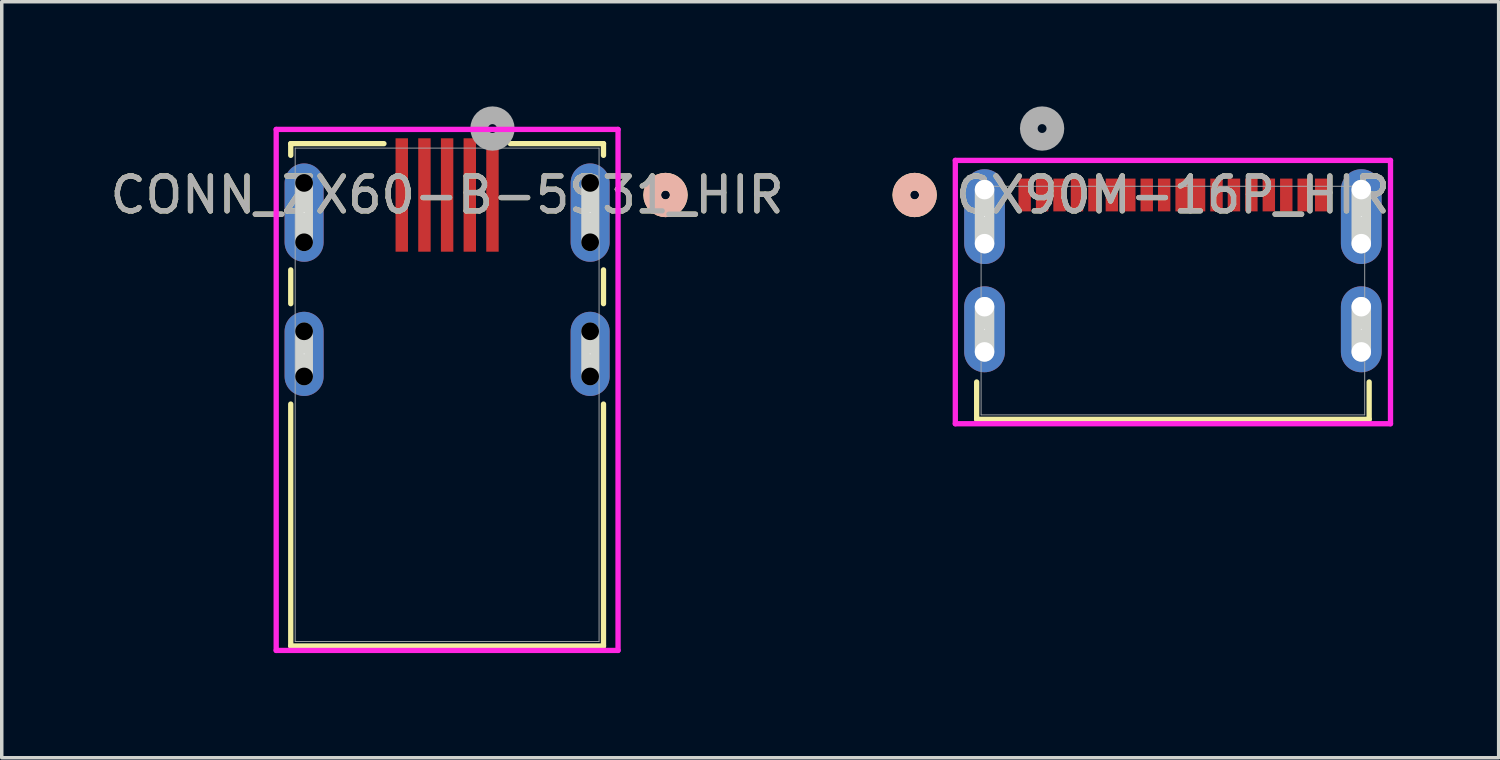
<source format=kicad_pcb>
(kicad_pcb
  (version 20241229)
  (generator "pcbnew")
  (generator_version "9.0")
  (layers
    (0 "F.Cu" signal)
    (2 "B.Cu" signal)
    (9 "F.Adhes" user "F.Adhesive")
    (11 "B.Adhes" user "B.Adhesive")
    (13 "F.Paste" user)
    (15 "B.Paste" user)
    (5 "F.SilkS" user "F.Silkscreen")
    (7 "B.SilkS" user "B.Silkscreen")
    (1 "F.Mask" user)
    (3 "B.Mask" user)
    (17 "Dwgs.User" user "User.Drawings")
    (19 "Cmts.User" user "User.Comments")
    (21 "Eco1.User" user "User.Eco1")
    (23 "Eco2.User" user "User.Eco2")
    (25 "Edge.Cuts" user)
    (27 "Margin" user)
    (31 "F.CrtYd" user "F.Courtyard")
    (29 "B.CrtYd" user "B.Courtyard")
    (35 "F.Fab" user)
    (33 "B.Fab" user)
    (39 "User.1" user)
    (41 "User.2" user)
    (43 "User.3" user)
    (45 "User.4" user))
  (footprint "CONN_ZX60-B-5S31_HIR"
    (layer "F.Cu")
    (at 9.768 8.269)
    (property "Reference" "CONN_ZX60-B-5S31_HIR" (at 0 -5.729 0) (unlocked yes) (layer "F.SilkS") (effects (font (size 1 1) (thickness 0.15))))
    (attr smd)
    (fp_line (start -4.483 -7.201) (end -4.483 -6.866) (stroke (width 0.152) (type solid)) (layer "F.SilkS"))
    (fp_line (start -4.483 -3.582) (end -4.483 -2.613) (stroke (width 0.152) (type solid)) (layer "F.SilkS"))
    (fp_line (start -4.483 0.265) (end -4.483 7.201) (stroke (width 0.152) (type solid)) (layer "F.SilkS"))
    (fp_line (start -4.483 7.201) (end 4.483 7.201) (stroke (width 0.152) (type solid)) (layer "F.SilkS"))
    (fp_line (start -1.811 -7.201) (end -4.483 -7.201) (stroke (width 0.152) (type solid)) (layer "F.SilkS"))
    (fp_line (start 4.483 -7.201) (end 1.811 -7.201) (stroke (width 0.152) (type solid)) (layer "F.SilkS"))
    (fp_line (start 4.483 -6.866) (end 4.483 -7.201) (stroke (width 0.152) (type solid)) (layer "F.SilkS"))
    (fp_line (start 4.483 -2.613) (end 4.483 -3.582) (stroke (width 0.152) (type solid)) (layer "F.SilkS"))
    (fp_line (start 4.483 7.201) (end 4.483 0.265) (stroke (width 0.152) (type solid)) (layer "F.SilkS"))
    (fp_circle (center 6.261 -5.729) (end 6.642 -5.729) (stroke (width 0.508) (type solid)) (fill no) (layer "F.SilkS"))
    (fp_circle (center 6.261 -5.729) (end 6.642 -5.729) (stroke (width 0.508) (type solid)) (fill no) (layer "B.SilkS"))
    (fp_line (start -4.1 -4.373) (end -4.1 -6.075) (stroke (width 0.508) (type solid)) (layer "Edge.Cuts"))
    (fp_line (start -4.1 -0.526) (end -4.1 -1.822) (stroke (width 0.508) (type solid)) (layer "Edge.Cuts"))
    (fp_line (start 4.1 -4.373) (end 4.1 -6.075) (stroke (width 0.508) (type solid)) (layer "Edge.Cuts"))
    (fp_line (start 4.1 -0.526) (end 4.1 -1.822) (stroke (width 0.508) (type solid)) (layer "Edge.Cuts"))
    (fp_line (start -4.9 -7.609) (end -4.9 7.328) (stroke (width 0.152) (type solid)) (layer "F.CrtYd"))
    (fp_line (start -4.9 7.328) (end 4.9 7.328) (stroke (width 0.152) (type solid)) (layer "F.CrtYd"))
    (fp_line (start 4.9 -7.609) (end -4.9 -7.609) (stroke (width 0.152) (type solid)) (layer "F.CrtYd"))
    (fp_line (start 4.9 7.328) (end 4.9 -7.609) (stroke (width 0.152) (type solid)) (layer "F.CrtYd"))
    (fp_line (start -4.356 -7.074) (end -4.356 7.074) (stroke (width 0.025) (type solid)) (layer "F.Fab"))
    (fp_line (start -4.356 7.074) (end 4.356 7.074) (stroke (width 0.025) (type solid)) (layer "F.Fab"))
    (fp_line (start 4.356 -7.074) (end -4.356 -7.074) (stroke (width 0.025) (type solid)) (layer "F.Fab"))
    (fp_line (start 4.356 7.074) (end 4.356 -7.074) (stroke (width 0.025) (type solid)) (layer "F.Fab"))
    (fp_circle (center 1.3 -7.634) (end 1.681 -7.634) (stroke (width 0.508) (type solid)) (fill no) (layer "F.Fab"))
    (fp_text user "${REFERENCE}" (at 0 -5.729 0) (unlocked yes) (layer "F.Fab") (effects (font (size 1 1) (thickness 0.15))))
    (pad "" np_thru_hole circle (at -4.1 -6.075) (size 0.508 0.508) (drill 0.508) (layers))
    (pad "" np_thru_hole circle (at -4.1 -4.373) (size 0.508 0.508) (drill 0.508) (layers))
    (pad "" np_thru_hole circle (at -4.1 -1.822) (size 0.508 0.508) (drill 0.508) (layers))
    (pad "" np_thru_hole circle (at -4.1 -0.526) (size 0.508 0.508) (drill 0.508) (layers))
    (pad "" np_thru_hole circle (at 4.1 -6.075) (size 0.508 0.508) (drill 0.508) (layers))
    (pad "" np_thru_hole circle (at 4.1 -4.373) (size 0.508 0.508) (drill 0.508) (layers))
    (pad "" np_thru_hole circle (at 4.1 -1.822) (size 0.508 0.508) (drill 0.508) (layers))
    (pad "" np_thru_hole circle (at 4.1 -0.526) (size 0.508 0.508) (drill 0.508) (layers))
    (pad "1" smd rect (at 1.3 -5.729) (size 0.356 3.251) (layers "F.Cu" "F.Mask" "F.Paste"))
    (pad "2" smd rect (at 0.65 -5.729) (size 0.356 3.251) (layers "F.Cu" "F.Mask" "F.Paste"))
    (pad "3" smd rect (at 0 -5.729) (size 0.356 3.251) (layers "F.Cu" "F.Mask" "F.Paste"))
    (pad "4" smd rect (at -0.65 -5.729) (size 0.356 3.251) (layers "F.Cu" "F.Mask" "F.Paste"))
    (pad "5" smd rect (at -1.3 -5.729) (size 0.356 3.251) (layers "F.Cu" "F.Mask" "F.Paste"))
    (pad "S_1" thru_hole oval (at -4.1 -1.174 90) (size 2.413 1.118) (drill 0.025) (layers "*.Cu" "*.Mask"))
    (pad "S_2" thru_hole oval (at 4.1 -1.174 90) (size 2.413 1.118) (drill 0.025) (layers "*.Cu" "*.Mask"))
    (pad "S_3" thru_hole oval (at -4.1 -5.224 90) (size 2.819 1.118) (drill 0.025) (layers "*.Cu" "*.Mask"))
    (pad "S_4" thru_hole oval (at 4.1 -5.224 90) (size 2.819 1.118) (drill 0.025) (layers "*.Cu" "*.Mask")))
  (footprint "CX90M-16P_HIR"
    (layer "F.Cu")
    (at 30.575 5.567)
    (property "Reference" "CX90M-16P_HIR" (at 0 -3.027 0) (unlocked yes) (layer "F.SilkS") (effects (font (size 1 1) (thickness 0.15))))
    (attr smd)
    (fp_line (start -5.626 2.334) (end -5.626 3.404) (stroke (width 0.152) (type solid)) (layer "F.SilkS"))
    (fp_line (start -5.626 3.404) (end 5.626 3.404) (stroke (width 0.152) (type solid)) (layer "F.SilkS"))
    (fp_line (start 5.626 3.404) (end 5.626 2.334) (stroke (width 0.152) (type solid)) (layer "F.SilkS"))
    (fp_circle (center -7.404 -3.027) (end -7.023 -3.027) (stroke (width 0.508) (type solid)) (fill no) (layer "F.SilkS"))
    (fp_circle (center -7.404 -3.027) (end -7.023 -3.027) (stroke (width 0.508) (type solid)) (fill no) (layer "B.SilkS"))
    (fp_line (start -5.4 -1.632) (end -5.4 -3.181) (stroke (width 0.559) (type solid)) (layer "Edge.Cuts"))
    (fp_line (start -5.4 1.471) (end -5.4 0.176) (stroke (width 0.559) (type solid)) (layer "Edge.Cuts"))
    (fp_line (start 5.4 -1.632) (end 5.4 -3.181) (stroke (width 0.559) (type solid)) (layer "Edge.Cuts"))
    (fp_line (start 5.4 1.471) (end 5.4 0.176) (stroke (width 0.559) (type solid)) (layer "Edge.Cuts"))
    (fp_line (start -6.238 -4.019) (end -6.238 3.531) (stroke (width 0.152) (type solid)) (layer "F.CrtYd"))
    (fp_line (start -6.238 3.531) (end 6.238 3.531) (stroke (width 0.152) (type solid)) (layer "F.CrtYd"))
    (fp_line (start 6.238 -4.019) (end -6.238 -4.019) (stroke (width 0.152) (type solid)) (layer "F.CrtYd"))
    (fp_line (start 6.238 3.531) (end 6.238 -4.019) (stroke (width 0.152) (type solid)) (layer "F.CrtYd"))
    (fp_line (start -5.499 -3.277) (end -5.499 3.277) (stroke (width 0.025) (type solid)) (layer "F.Fab"))
    (fp_line (start -5.499 3.277) (end 5.499 3.277) (stroke (width 0.025) (type solid)) (layer "F.Fab"))
    (fp_line (start 5.499 -3.277) (end -5.499 -3.277) (stroke (width 0.025) (type solid)) (layer "F.Fab"))
    (fp_line (start 5.499 3.277) (end 5.499 -3.277) (stroke (width 0.025) (type solid)) (layer "F.Fab"))
    (fp_circle (center -3.75 -4.932) (end -3.369 -4.932) (stroke (width 0.508) (type solid)) (fill no) (layer "F.Fab"))
    (fp_text user "${REFERENCE}" (at 0 -3.027 0) (unlocked yes) (layer "F.Fab") (effects (font (size 1 1) (thickness 0.15))))
    (pad "" np_thru_hole circle (at -5.4 -3.181) (size 0.559 0.559) (drill 0.559) (layers "*.Cu" "*.Mask"))
    (pad "" np_thru_hole circle (at -5.4 -1.632) (size 0.559 0.559) (drill 0.559) (layers "*.Cu" "*.Mask"))
    (pad "" np_thru_hole circle (at -5.4 0.176) (size 0.559 0.559) (drill 0.559) (layers "*.Cu" "*.Mask"))
    (pad "" np_thru_hole circle (at -5.4 1.471) (size 0.559 0.559) (drill 0.559) (layers "*.Cu" "*.Mask"))
    (pad "" np_thru_hole circle (at 5.4 -3.181) (size 0.559 0.559) (drill 0.559) (layers "*.Cu" "*.Mask"))
    (pad "" np_thru_hole circle (at 5.4 -1.632) (size 0.559 0.559) (drill 0.559) (layers "*.Cu" "*.Mask"))
    (pad "" np_thru_hole circle (at 5.4 0.176) (size 0.559 0.559) (drill 0.559) (layers "*.Cu" "*.Mask"))
    (pad "" np_thru_hole circle (at 5.4 1.471) (size 0.559 0.559) (drill 0.559) (layers "*.Cu" "*.Mask"))
    (pad "A1" smd rect (at -3.75 -3.027) (size 0.356 0.94) (layers "F.Cu" "F.Mask" "F.Paste"))
    (pad "A4" smd rect (at -2.75 -3.027) (size 0.356 0.94) (layers "F.Cu" "F.Mask" "F.Paste"))
    (pad "A5" smd rect (at -1.75 -3.027) (size 0.356 0.94) (layers "F.Cu" "F.Mask" "F.Paste"))
    (pad "A6" smd rect (at -0.75 -3.027) (size 0.356 0.94) (layers "F.Cu" "F.Mask" "F.Paste"))
    (pad "A7" smd rect (at 0.75 -3.027) (size 0.356 0.94) (layers "F.Cu" "F.Mask" "F.Paste"))
    (pad "A8" smd rect (at 1.75 -3.027) (size 0.356 0.94) (layers "F.Cu" "F.Mask" "F.Paste"))
    (pad "A9" smd rect (at 2.75 -3.027) (size 0.356 0.94) (layers "F.Cu" "F.Mask" "F.Paste"))
    (pad "A12" smd rect (at 3.75 -3.027) (size 0.356 0.94) (layers "F.Cu" "F.Mask" "F.Paste"))
    (pad "B1" smd rect (at 3.25 -3.027) (size 0.356 0.94) (layers "F.Cu" "F.Mask" "F.Paste"))
    (pad "B4" smd rect (at 2.25 -3.027) (size 0.356 0.94) (layers "F.Cu" "F.Mask" "F.Paste"))
    (pad "B5" smd rect (at 1.25 -3.027) (size 0.356 0.94) (layers "F.Cu" "F.Mask" "F.Paste"))
    (pad "B6" smd rect (at 0.25 -3.027) (size 0.356 0.94) (layers "F.Cu" "F.Mask" "F.Paste"))
    (pad "B7" smd rect (at -0.25 -3.027) (size 0.356 0.94) (layers "F.Cu" "F.Mask" "F.Paste"))
    (pad "B8" smd rect (at -1.25 -3.027) (size 0.356 0.94) (layers "F.Cu" "F.Mask" "F.Paste"))
    (pad "B9" smd rect (at -2.25 -3.027) (size 0.356 0.94) (layers "F.Cu" "F.Mask" "F.Paste"))
    (pad "B12" smd rect (at -3.25 -3.027) (size 0.356 0.94) (layers "F.Cu" "F.Mask" "F.Paste"))
    (pad "MID1" smd rect (at -4.25 -3.027) (size 0.356 0.94) (layers "F.Cu" "F.Mask" "F.Paste"))
    (pad "MID2" smd rect (at 4.25 -3.027) (size 0.356 0.94) (layers "F.Cu" "F.Mask" "F.Paste"))
    (pad "S_1" thru_hole oval (at -5.4 0.823 90) (size 2.464 1.168) (drill 0.025) (layers "*.Cu" "*.Mask"))
    (pad "S_2" thru_hole oval (at 5.4 0.823 90) (size 2.464 1.168) (drill 0.025) (layers "*.Cu" "*.Mask"))
    (pad "S_3" thru_hole oval (at -5.4 -2.407 90) (size 2.718 1.168) (drill 0.025) (layers "*.Cu" "*.Mask"))
    (pad "S_4" thru_hole oval (at 5.4 -2.407 90) (size 2.718 1.168) (drill 0.025) (layers "*.Cu" "*.Mask")))
  (gr_rect
    (start -3 -3)
    (end 39.914 18.673)
    (stroke (width 0.1) (type default))
    (fill no)
    (layer "Edge.Cuts")))
</source>
